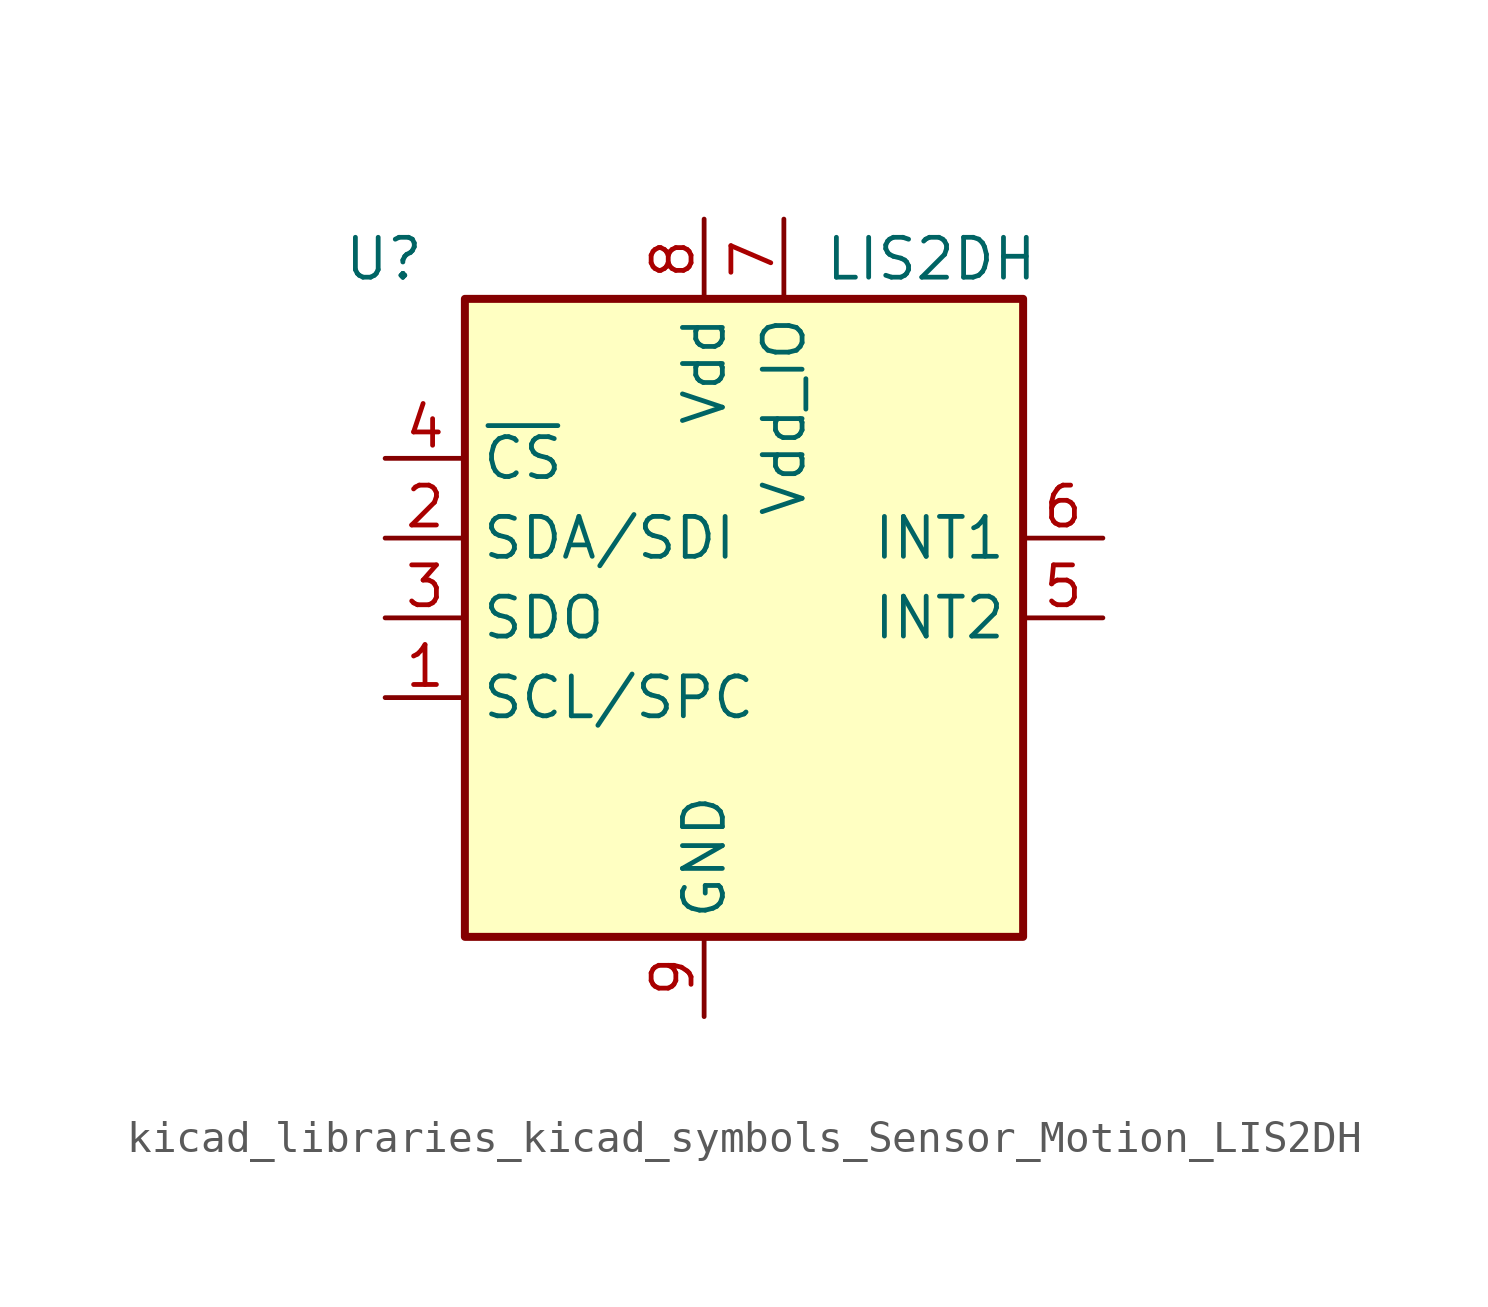
<source format=kicad_sym>
(kicad_symbol_lib
  (version 20220914)
  (generator kicad_symbol_editor)
  (symbol "kicad_libraries_kicad_symbols_Sensor_Motion_LIS2DH"
    (property "Reference" "U"
      (at -8.89 11.43 0)
      (effects (font (size 1.27 1.27)) (justify right)))
    (property "Value" "LIS2DH"
      (at 3.81 11.43 0)
      (effects (font (size 1.27 1.27)) (justify left)))
    (symbol "kicad_libraries_kicad_symbols_Sensor_Motion_LIS2DH_0_1"
      (rectangle (start -7.62 10.16) (end 10.16 -10.16) (stroke (width 0.254) (type default)) (fill (type background))))
    (symbol "kicad_libraries_kicad_symbols_Sensor_Motion_LIS2DH_1_1"
      (pin input line (at -10.16 -2.54 0) (length 2.54) (name "SCL/SPC" (effects (font (size 1.27 1.27)))) (number "1" (effects (font (size 1.27 1.27)))))
      (pin passive line (at 0 -12.7 90) (length 2.54) hide (name "GND" (effects (font (size 1.27 1.27)))) (number "10" (effects (font (size 1.27 1.27)))))
      (pin passive line (at 0 -12.7 90) (length 2.54) hide (name "GND" (effects (font (size 1.27 1.27)))) (number "11" (effects (font (size 1.27 1.27)))))
      (pin passive line (at 0 -12.7 90) (length 2.54) hide (name "GND" (effects (font (size 1.27 1.27)))) (number "12" (effects (font (size 1.27 1.27)))))
      (pin passive line (at 0 -12.7 90) (length 2.54) hide (name "GND" (effects (font (size 1.27 1.27)))) (number "13" (effects (font (size 1.27 1.27)))))
      (pin passive line (at 0 -12.7 90) (length 2.54) hide (name "GND" (effects (font (size 1.27 1.27)))) (number "14" (effects (font (size 1.27 1.27)))))
      (pin bidirectional line (at -10.16 2.54 0) (length 2.54) (name "SDA/SDI" (effects (font (size 1.27 1.27)))) (number "2" (effects (font (size 1.27 1.27)))))
      (pin output line (at -10.16 0 0) (length 2.54) (name "SDO" (effects (font (size 1.27 1.27)))) (number "3" (effects (font (size 1.27 1.27)))) (alternate "SA0" passive line))
      (pin input line (at -10.16 5.08 0) (length 2.54) (name "~{CS}" (effects (font (size 1.27 1.27)))) (number "4" (effects (font (size 1.27 1.27)))))
      (pin output line (at 12.7 0 180) (length 2.54) (name "INT2" (effects (font (size 1.27 1.27)))) (number "5" (effects (font (size 1.27 1.27)))))
      (pin output line (at 12.7 2.54 180) (length 2.54) (name "INT1" (effects (font (size 1.27 1.27)))) (number "6" (effects (font (size 1.27 1.27)))))
      (pin power_in line (at 2.54 12.7 270) (length 2.54) (name "Vdd_IO" (effects (font (size 1.27 1.27)))) (number "7" (effects (font (size 1.27 1.27)))))
      (pin power_in line (at 0 12.7 270) (length 2.54) (name "Vdd" (effects (font (size 1.27 1.27)))) (number "8" (effects (font (size 1.27 1.27)))))
      (pin power_in line (at 0 -12.7 90) (length 2.54) (name "GND" (effects (font (size 1.27 1.27)))) (number "9" (effects (font (size 1.27 1.27))))))))
</source>
